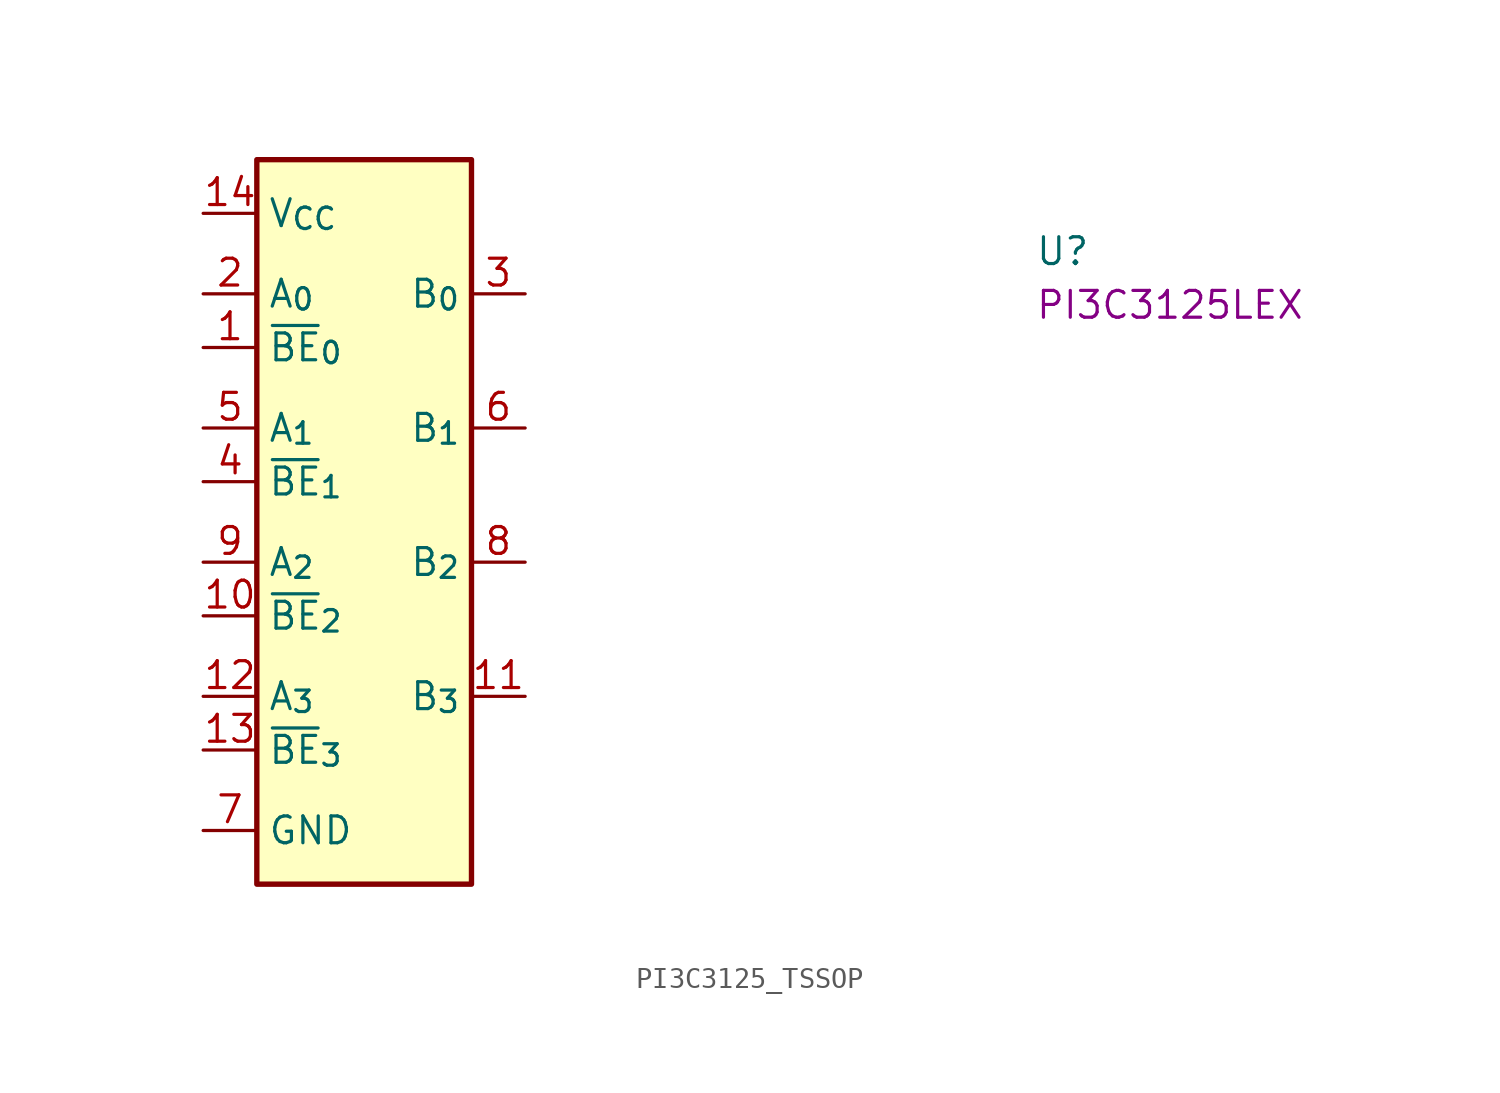
<source format=kicad_sym>
(kicad_symbol_lib
  (version 20220914)
  (generator kicad_symbol_editor)
  (symbol "PI3C3125_TSSOP"
    (property "Reference" "U"
      (at 39.37 -2.54 0)
      (effects (font (size 1.27 1.27) (thickness 0.15)) (justify left bottom)))
    (property "MPN" "PI3C3125LEX"
      (at 39.37 -5.08 0)
      (effects (font (size 1.27 1.27) (thickness 0.15)) (justify left bottom)))
    (symbol "PI3C3125_TSSOP_1_1"
      (rectangle (start 2.54 2.54) (end 12.7 -31.75) (stroke (width 0.254) (type default)) (fill (type background)))
      (pin input line (at 0 -6.35 0) (length 2.54) (name "~{BE}_{0}" (effects (font (size 1.27 1.27)))) (number "1" (effects (font (size 1.27 1.27)))))
      (pin input line (at 0 -19.05 0) (length 2.54) (name "~{BE}_{2}" (effects (font (size 1.27 1.27)))) (number "10" (effects (font (size 1.27 1.27)))))
      (pin bidirectional line (at 15.24 -22.86 180) (length 2.54) (name "B_{3}" (effects (font (size 1.27 1.27)))) (number "11" (effects (font (size 1.27 1.27)))))
      (pin bidirectional line (at 0 -22.86 0) (length 2.54) (name "A_{3}" (effects (font (size 1.27 1.27)))) (number "12" (effects (font (size 1.27 1.27)))))
      (pin input line (at 0 -25.4 0) (length 2.54) (name "~{BE}_{3}" (effects (font (size 1.27 1.27)))) (number "13" (effects (font (size 1.27 1.27)))))
      (pin power_in line (at 0 0 0) (length 2.54) (name "V_{CC}" (effects (font (size 1.27 1.27)))) (number "14" (effects (font (size 1.27 1.27)))))
      (pin bidirectional line (at 0 -3.81 0) (length 2.54) (name "A_{0}" (effects (font (size 1.27 1.27)))) (number "2" (effects (font (size 1.27 1.27)))))
      (pin bidirectional line (at 15.24 -3.81 180) (length 2.54) (name "B_{0}" (effects (font (size 1.27 1.27)))) (number "3" (effects (font (size 1.27 1.27)))))
      (pin input line (at 0 -12.7 0) (length 2.54) (name "~{BE}_{1}" (effects (font (size 1.27 1.27)))) (number "4" (effects (font (size 1.27 1.27)))))
      (pin bidirectional line (at 0 -10.16 0) (length 2.54) (name "A_{1}" (effects (font (size 1.27 1.27)))) (number "5" (effects (font (size 1.27 1.27)))))
      (pin bidirectional line (at 15.24 -10.16 180) (length 2.54) (name "B_{1}" (effects (font (size 1.27 1.27)))) (number "6" (effects (font (size 1.27 1.27)))))
      (pin power_in line (at 0 -29.21 0) (length 2.54) (name "GND" (effects (font (size 1.27 1.27)))) (number "7" (effects (font (size 1.27 1.27)))))
      (pin bidirectional line (at 15.24 -16.51 180) (length 2.54) (name "B_{2}" (effects (font (size 1.27 1.27)))) (number "8" (effects (font (size 1.27 1.27)))))
      (pin bidirectional line (at 0 -16.51 0) (length 2.54) (name "A_{2}" (effects (font (size 1.27 1.27)))) (number "9" (effects (font (size 1.27 1.27))))))))
</source>
